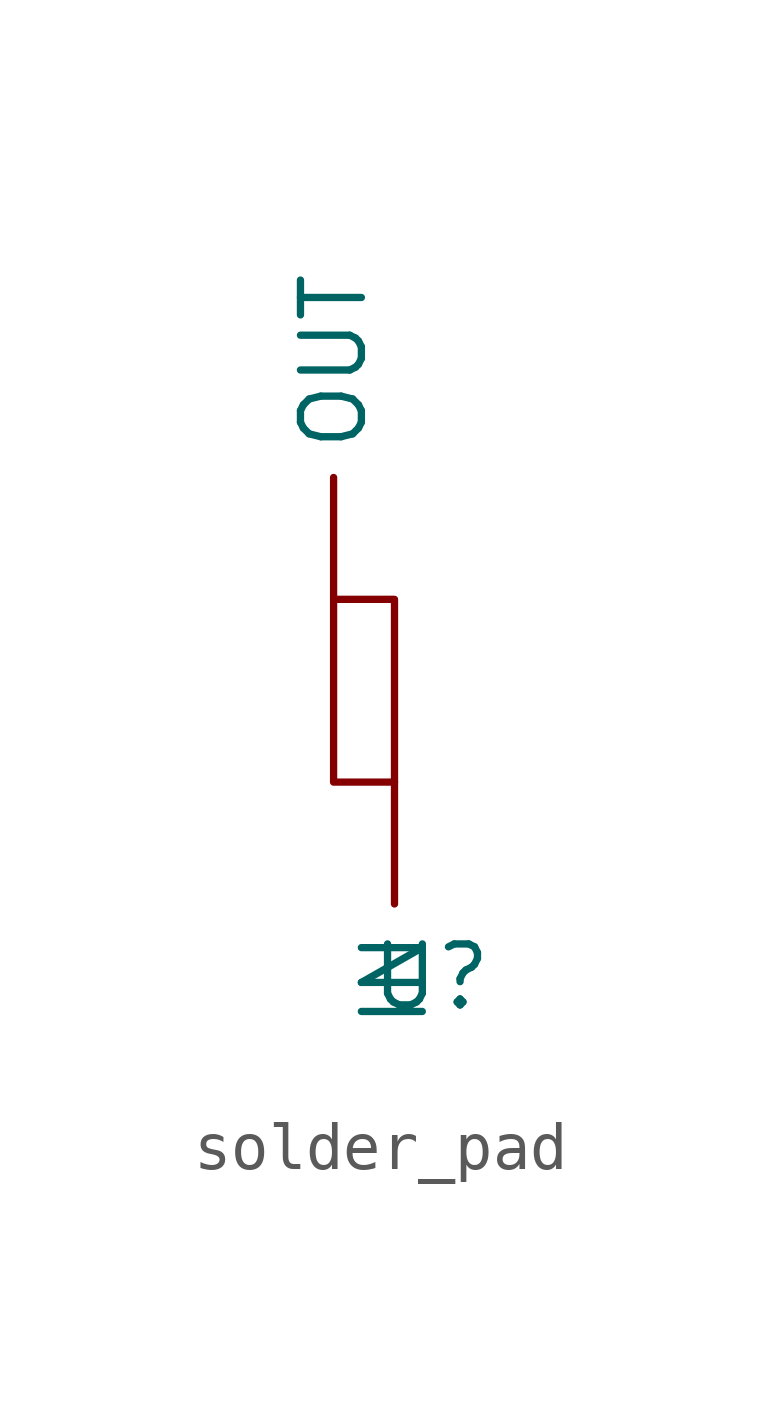
<source format=kicad_sym>
(kicad_symbol_lib
  (version 20231120)
  (generator "kicad_symbol_editor")
  (generator_version "8.0")
  (symbol "solder_pad"
    (property "Reference" "U"
      (at 0.762 -2.794 0)
      (effects (font (size 1.27 1.27))))
    (property "Value" ""
      (at 0 0 0)
      (effects (font (size 1.27 1.27))))
    (symbol "solder_pad_0_1"
      (rectangle (start -1.27 5.08) (end 0 1.27) (stroke (width 0) (type default)) (fill (type none))))
    (symbol "solder_pad_1_1"
      (pin input line (at 0 1.27 270) (length 2.54) (name "IN" (effects (font (size 1.27 1.27)))) (number "" (effects (font (size 1.27 1.27)))))
      (pin output line (at -1.27 5.08 90) (length 2.54) (name "OUT" (effects (font (size 1.27 1.27)))) (number "" (effects (font (size 1.27 1.27))))))))
</source>
